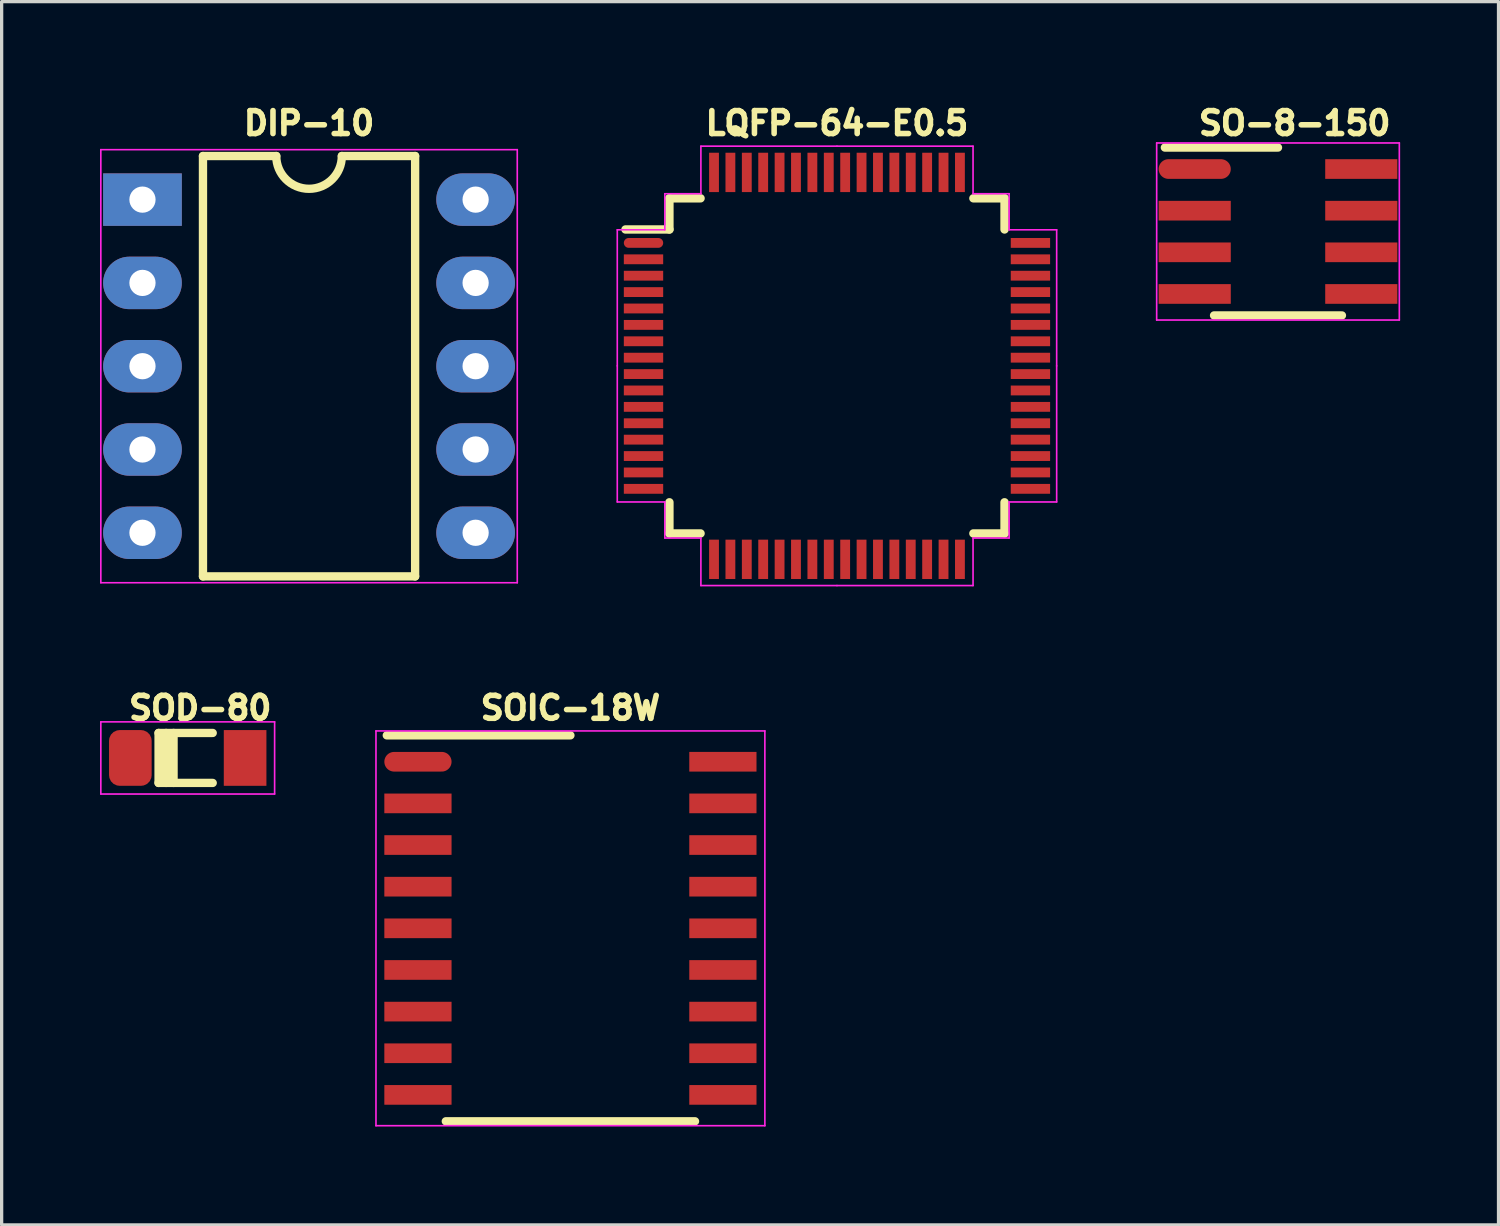
<source format=kicad_pcb>
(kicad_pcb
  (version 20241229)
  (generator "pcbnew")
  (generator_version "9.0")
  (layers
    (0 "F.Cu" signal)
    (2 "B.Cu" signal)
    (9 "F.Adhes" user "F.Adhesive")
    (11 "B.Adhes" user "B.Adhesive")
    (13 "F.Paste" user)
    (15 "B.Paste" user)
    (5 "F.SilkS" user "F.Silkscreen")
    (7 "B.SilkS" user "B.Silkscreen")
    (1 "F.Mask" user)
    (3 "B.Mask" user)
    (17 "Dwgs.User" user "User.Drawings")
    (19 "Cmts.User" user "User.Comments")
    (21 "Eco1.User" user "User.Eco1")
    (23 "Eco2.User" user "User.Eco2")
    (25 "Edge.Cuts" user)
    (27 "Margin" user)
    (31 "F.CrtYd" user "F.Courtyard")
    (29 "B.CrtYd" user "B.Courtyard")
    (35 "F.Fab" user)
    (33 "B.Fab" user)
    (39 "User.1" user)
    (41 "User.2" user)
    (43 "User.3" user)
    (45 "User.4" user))
  (footprint "SOIC-18W"
    (layer "F.Cu")
    (at 14.346 25.261)
    (property "Reference" "SOIC-18W" (at 0 -6.72 0) (layer "F.SilkS") (effects (font (size 0.7 0.7) (thickness 0.17))))
    (attr smd)
    (fp_line (start 0 -5.885) (end -5.6 -5.885) (stroke (width 0.254) (type solid)) (layer "F.SilkS"))
    (fp_line (start 3.8 5.885) (end -3.8 5.885) (stroke (width 0.254) (type solid)) (layer "F.SilkS"))
    (fp_line (start 0 -0.3) (end 0 0.3) (stroke (width 0.128) (type solid)) (layer "Eco1.User"))
    (fp_line (start 0.3 0) (end -0.3 0) (stroke (width 0.128) (type solid)) (layer "Eco1.User"))
    (fp_line (start -5.93 -6.02) (end -5.93 6.02) (stroke (width 0.05) (type solid)) (layer "F.CrtYd"))
    (fp_line (start -5.93 6.02) (end 5.93 6.02) (stroke (width 0.05) (type solid)) (layer "F.CrtYd"))
    (fp_line (start 5.93 -6.02) (end -5.93 -6.02) (stroke (width 0.05) (type solid)) (layer "F.CrtYd"))
    (fp_line (start 5.93 6.02) (end 5.93 -6.02) (stroke (width 0.05) (type solid)) (layer "F.CrtYd"))
    (pad "1" smd oval (at -4.65 -5.08) (size 2.05 0.6) (layers "F.Cu" "F.Mask" "F.Paste"))
    (pad "2" smd rect (at -4.65 -3.81) (size 2.05 0.6) (layers "F.Cu" "F.Mask" "F.Paste"))
    (pad "3" smd rect (at -4.65 -2.54) (size 2.05 0.6) (layers "F.Cu" "F.Mask" "F.Paste"))
    (pad "4" smd rect (at -4.65 -1.27) (size 2.05 0.6) (layers "F.Cu" "F.Mask" "F.Paste"))
    (pad "5" smd rect (at -4.65 0) (size 2.05 0.6) (layers "F.Cu" "F.Mask" "F.Paste"))
    (pad "6" smd rect (at -4.65 1.27) (size 2.05 0.6) (layers "F.Cu" "F.Mask" "F.Paste"))
    (pad "7" smd rect (at -4.65 2.54) (size 2.05 0.6) (layers "F.Cu" "F.Mask" "F.Paste"))
    (pad "8" smd rect (at -4.65 3.81) (size 2.05 0.6) (layers "F.Cu" "F.Mask" "F.Paste"))
    (pad "9" smd rect (at -4.65 5.08) (size 2.05 0.6) (layers "F.Cu" "F.Mask" "F.Paste"))
    (pad "10" smd rect (at 4.65 5.08) (size 2.05 0.6) (layers "F.Cu" "F.Mask" "F.Paste"))
    (pad "11" smd rect (at 4.65 3.81) (size 2.05 0.6) (layers "F.Cu" "F.Mask" "F.Paste"))
    (pad "12" smd rect (at 4.65 2.54) (size 2.05 0.6) (layers "F.Cu" "F.Mask" "F.Paste"))
    (pad "13" smd rect (at 4.65 1.27) (size 2.05 0.6) (layers "F.Cu" "F.Mask" "F.Paste"))
    (pad "14" smd rect (at 4.65 0) (size 2.05 0.6) (layers "F.Cu" "F.Mask" "F.Paste"))
    (pad "15" smd rect (at 4.65 -1.27) (size 2.05 0.6) (layers "F.Cu" "F.Mask" "F.Paste"))
    (pad "16" smd rect (at 4.65 -2.54) (size 2.05 0.6) (layers "F.Cu" "F.Mask" "F.Paste"))
    (pad "17" smd rect (at 4.65 -3.81) (size 2.05 0.6) (layers "F.Cu" "F.Mask" "F.Paste"))
    (pad "18" smd rect (at 4.65 -5.08) (size 2.05 0.6) (layers "F.Cu" "F.Mask" "F.Paste")))
  (footprint "SOD-80"
    (layer "F.Cu")
    (at 2.675 20.065)
    (property "Reference" "SOD-80" (at 0.381 -1.524 0) (layer "F.SilkS") (effects (font (size 0.7 0.7) (thickness 0.17))))
    (attr smd)
    (fp_line (start -0.889 -0.762) (end -0.889 0.762) (stroke (width 0.254) (type solid)) (layer "F.SilkS"))
    (fp_line (start -0.66 -0.762) (end -0.66 0.762) (stroke (width 0.254) (type solid)) (layer "F.SilkS"))
    (fp_line (start -0.432 -0.762) (end -0.432 0.762) (stroke (width 0.254) (type solid)) (layer "F.SilkS"))
    (fp_line (start 0.762 -0.762) (end -0.889 -0.762) (stroke (width 0.254) (type solid)) (layer "F.SilkS"))
    (fp_line (start 0.762 0.762) (end -0.889 0.762) (stroke (width 0.254) (type solid)) (layer "F.SilkS"))
    (fp_line (start 0 -0.3) (end 0 0.3) (stroke (width 0.128) (type solid)) (layer "Eco1.User"))
    (fp_line (start 0.3 0) (end -0.3 0) (stroke (width 0.128) (type solid)) (layer "Eco1.User"))
    (fp_line (start -2.65 -1.1) (end 2.65 -1.1) (stroke (width 0.05) (type solid)) (layer "F.CrtYd"))
    (fp_line (start -2.65 1.1) (end -2.65 -1.1) (stroke (width 0.05) (type solid)) (layer "F.CrtYd"))
    (fp_line (start 2.65 -1.1) (end 2.65 1.1) (stroke (width 0.05) (type solid)) (layer "F.CrtYd"))
    (fp_line (start 2.65 1.1) (end -2.65 1.1) (stroke (width 0.05) (type solid)) (layer "F.CrtYd"))
    (pad "1" smd roundrect (at -1.75 0) (size 1.3 1.7) (layers "F.Cu" "F.Mask" "F.Paste") (roundrect_rratio 0.25))
    (pad "2" smd rect (at 1.75 0) (size 1.3 1.7) (layers "F.Cu" "F.Mask" "F.Paste")))
  (footprint "LQFP-64-E0.5"
    (layer "F.Cu")
    (at 22.475 8.108)
    (property "Reference" "LQFP-64-E0.5" (at 0 -7.4 0) (layer "F.SilkS") (effects (font (size 0.7 0.7) (thickness 0.17))))
    (attr smd)
    (fp_line (start -5.11 -5.11) (end -5.11 -4.16) (stroke (width 0.256) (type solid)) (layer "F.SilkS"))
    (fp_line (start -5.11 -4.16) (end -6.45 -4.16) (stroke (width 0.256) (type solid)) (layer "F.SilkS"))
    (fp_line (start -5.11 5.11) (end -5.11 4.16) (stroke (width 0.256) (type solid)) (layer "F.SilkS"))
    (fp_line (start -4.16 -5.11) (end -5.11 -5.11) (stroke (width 0.256) (type solid)) (layer "F.SilkS"))
    (fp_line (start -4.16 5.11) (end -5.11 5.11) (stroke (width 0.256) (type solid)) (layer "F.SilkS"))
    (fp_line (start 4.16 -5.11) (end 5.11 -5.11) (stroke (width 0.256) (type solid)) (layer "F.SilkS"))
    (fp_line (start 4.16 5.11) (end 5.11 5.11) (stroke (width 0.256) (type solid)) (layer "F.SilkS"))
    (fp_line (start 5.11 -5.11) (end 5.11 -4.16) (stroke (width 0.256) (type solid)) (layer "F.SilkS"))
    (fp_line (start 5.11 5.11) (end 5.11 4.16) (stroke (width 0.256) (type solid)) (layer "F.SilkS"))
    (fp_line (start 0 -0.3) (end 0 0.3) (stroke (width 0.128) (type solid)) (layer "Eco1.User"))
    (fp_line (start 0.3 0) (end -0.3 0) (stroke (width 0.128) (type solid)) (layer "Eco1.User"))
    (fp_line (start -6.7 -4.15) (end -6.7 0) (stroke (width 0.05) (type solid)) (layer "F.CrtYd"))
    (fp_line (start -6.7 4.15) (end -6.7 0) (stroke (width 0.05) (type solid)) (layer "F.CrtYd"))
    (fp_line (start -5.25 -5.25) (end -5.25 -4.15) (stroke (width 0.05) (type solid)) (layer "F.CrtYd"))
    (fp_line (start -5.25 -4.15) (end -6.7 -4.15) (stroke (width 0.05) (type solid)) (layer "F.CrtYd"))
    (fp_line (start -5.25 4.15) (end -6.7 4.15) (stroke (width 0.05) (type solid)) (layer "F.CrtYd"))
    (fp_line (start -5.25 5.25) (end -5.25 4.15) (stroke (width 0.05) (type solid)) (layer "F.CrtYd"))
    (fp_line (start -4.15 -6.7) (end -4.15 -5.25) (stroke (width 0.05) (type solid)) (layer "F.CrtYd"))
    (fp_line (start -4.15 -5.25) (end -5.25 -5.25) (stroke (width 0.05) (type solid)) (layer "F.CrtYd"))
    (fp_line (start -4.15 5.25) (end -5.25 5.25) (stroke (width 0.05) (type solid)) (layer "F.CrtYd"))
    (fp_line (start -4.15 6.7) (end -4.15 5.25) (stroke (width 0.05) (type solid)) (layer "F.CrtYd"))
    (fp_line (start 0 -6.7) (end -4.15 -6.7) (stroke (width 0.05) (type solid)) (layer "F.CrtYd"))
    (fp_line (start 0 -6.7) (end 4.15 -6.7) (stroke (width 0.05) (type solid)) (layer "F.CrtYd"))
    (fp_line (start 0 6.7) (end -4.15 6.7) (stroke (width 0.05) (type solid)) (layer "F.CrtYd"))
    (fp_line (start 0 6.7) (end 4.15 6.7) (stroke (width 0.05) (type solid)) (layer "F.CrtYd"))
    (fp_line (start 4.15 -6.7) (end 4.15 -5.25) (stroke (width 0.05) (type solid)) (layer "F.CrtYd"))
    (fp_line (start 4.15 -5.25) (end 5.25 -5.25) (stroke (width 0.05) (type solid)) (layer "F.CrtYd"))
    (fp_line (start 4.15 5.25) (end 5.25 5.25) (stroke (width 0.05) (type solid)) (layer "F.CrtYd"))
    (fp_line (start 4.15 6.7) (end 4.15 5.25) (stroke (width 0.05) (type solid)) (layer "F.CrtYd"))
    (fp_line (start 5.25 -5.25) (end 5.25 -4.15) (stroke (width 0.05) (type solid)) (layer "F.CrtYd"))
    (fp_line (start 5.25 -4.15) (end 6.7 -4.15) (stroke (width 0.05) (type solid)) (layer "F.CrtYd"))
    (fp_line (start 5.25 4.15) (end 6.7 4.15) (stroke (width 0.05) (type solid)) (layer "F.CrtYd"))
    (fp_line (start 5.25 5.25) (end 5.25 4.15) (stroke (width 0.05) (type solid)) (layer "F.CrtYd"))
    (fp_line (start 6.7 -4.15) (end 6.7 0) (stroke (width 0.05) (type solid)) (layer "F.CrtYd"))
    (fp_line (start 6.7 4.15) (end 6.7 0) (stroke (width 0.05) (type solid)) (layer "F.CrtYd"))
    (pad "1" smd oval (at -5.9 -3.75) (size 1.2 0.3) (layers "F.Cu" "F.Mask" "F.Paste"))
    (pad "2" smd rect (at -5.9 -3.25) (size 1.2 0.3) (layers "F.Cu" "F.Mask" "F.Paste"))
    (pad "3" smd rect (at -5.9 -2.75) (size 1.2 0.3) (layers "F.Cu" "F.Mask" "F.Paste"))
    (pad "4" smd rect (at -5.9 -2.25) (size 1.2 0.3) (layers "F.Cu" "F.Mask" "F.Paste"))
    (pad "5" smd rect (at -5.9 -1.75) (size 1.2 0.3) (layers "F.Cu" "F.Mask" "F.Paste"))
    (pad "6" smd rect (at -5.9 -1.25) (size 1.2 0.3) (layers "F.Cu" "F.Mask" "F.Paste"))
    (pad "7" smd rect (at -5.9 -0.75) (size 1.2 0.3) (layers "F.Cu" "F.Mask" "F.Paste"))
    (pad "8" smd rect (at -5.9 -0.25) (size 1.2 0.3) (layers "F.Cu" "F.Mask" "F.Paste"))
    (pad "9" smd rect (at -5.9 0.25) (size 1.2 0.3) (layers "F.Cu" "F.Mask" "F.Paste"))
    (pad "10" smd rect (at -5.9 0.75) (size 1.2 0.3) (layers "F.Cu" "F.Mask" "F.Paste"))
    (pad "11" smd rect (at -5.9 1.25) (size 1.2 0.3) (layers "F.Cu" "F.Mask" "F.Paste"))
    (pad "12" smd rect (at -5.9 1.75) (size 1.2 0.3) (layers "F.Cu" "F.Mask" "F.Paste"))
    (pad "13" smd rect (at -5.9 2.25) (size 1.2 0.3) (layers "F.Cu" "F.Mask" "F.Paste"))
    (pad "14" smd rect (at -5.9 2.75) (size 1.2 0.3) (layers "F.Cu" "F.Mask" "F.Paste"))
    (pad "15" smd rect (at -5.9 3.25) (size 1.2 0.3) (layers "F.Cu" "F.Mask" "F.Paste"))
    (pad "16" smd rect (at -5.9 3.75) (size 1.2 0.3) (layers "F.Cu" "F.Mask" "F.Paste"))
    (pad "17" smd rect (at -3.75 5.9) (size 0.3 1.2) (layers "F.Cu" "F.Mask" "F.Paste"))
    (pad "18" smd rect (at -3.25 5.9) (size 0.3 1.2) (layers "F.Cu" "F.Mask" "F.Paste"))
    (pad "19" smd rect (at -2.75 5.9) (size 0.3 1.2) (layers "F.Cu" "F.Mask" "F.Paste"))
    (pad "20" smd rect (at -2.25 5.9) (size 0.3 1.2) (layers "F.Cu" "F.Mask" "F.Paste"))
    (pad "21" smd rect (at -1.75 5.9) (size 0.3 1.2) (layers "F.Cu" "F.Mask" "F.Paste"))
    (pad "22" smd rect (at -1.25 5.9) (size 0.3 1.2) (layers "F.Cu" "F.Mask" "F.Paste"))
    (pad "23" smd rect (at -0.75 5.9) (size 0.3 1.2) (layers "F.Cu" "F.Mask" "F.Paste"))
    (pad "24" smd rect (at -0.25 5.9) (size 0.3 1.2) (layers "F.Cu" "F.Mask" "F.Paste"))
    (pad "25" smd rect (at 0.25 5.9) (size 0.3 1.2) (layers "F.Cu" "F.Mask" "F.Paste"))
    (pad "26" smd rect (at 0.75 5.9) (size 0.3 1.2) (layers "F.Cu" "F.Mask" "F.Paste"))
    (pad "27" smd rect (at 1.25 5.9) (size 0.3 1.2) (layers "F.Cu" "F.Mask" "F.Paste"))
    (pad "28" smd rect (at 1.75 5.9) (size 0.3 1.2) (layers "F.Cu" "F.Mask" "F.Paste"))
    (pad "29" smd rect (at 2.25 5.9) (size 0.3 1.2) (layers "F.Cu" "F.Mask" "F.Paste"))
    (pad "30" smd rect (at 2.75 5.9) (size 0.3 1.2) (layers "F.Cu" "F.Mask" "F.Paste"))
    (pad "31" smd rect (at 3.25 5.9) (size 0.3 1.2) (layers "F.Cu" "F.Mask" "F.Paste"))
    (pad "32" smd rect (at 3.75 5.9) (size 0.3 1.2) (layers "F.Cu" "F.Mask" "F.Paste"))
    (pad "33" smd rect (at 5.9 3.75) (size 1.2 0.3) (layers "F.Cu" "F.Mask" "F.Paste"))
    (pad "34" smd rect (at 5.9 3.25) (size 1.2 0.3) (layers "F.Cu" "F.Mask" "F.Paste"))
    (pad "35" smd rect (at 5.9 2.75) (size 1.2 0.3) (layers "F.Cu" "F.Mask" "F.Paste"))
    (pad "36" smd rect (at 5.9 2.25) (size 1.2 0.3) (layers "F.Cu" "F.Mask" "F.Paste"))
    (pad "37" smd rect (at 5.9 1.75) (size 1.2 0.3) (layers "F.Cu" "F.Mask" "F.Paste"))
    (pad "38" smd rect (at 5.9 1.25) (size 1.2 0.3) (layers "F.Cu" "F.Mask" "F.Paste"))
    (pad "39" smd rect (at 5.9 0.75) (size 1.2 0.3) (layers "F.Cu" "F.Mask" "F.Paste"))
    (pad "40" smd rect (at 5.9 0.25) (size 1.2 0.3) (layers "F.Cu" "F.Mask" "F.Paste"))
    (pad "41" smd rect (at 5.9 -0.25) (size 1.2 0.3) (layers "F.Cu" "F.Mask" "F.Paste"))
    (pad "42" smd rect (at 5.9 -0.75) (size 1.2 0.3) (layers "F.Cu" "F.Mask" "F.Paste"))
    (pad "43" smd rect (at 5.9 -1.25) (size 1.2 0.3) (layers "F.Cu" "F.Mask" "F.Paste"))
    (pad "44" smd rect (at 5.9 -1.75) (size 1.2 0.3) (layers "F.Cu" "F.Mask" "F.Paste"))
    (pad "45" smd rect (at 5.9 -2.25) (size 1.2 0.3) (layers "F.Cu" "F.Mask" "F.Paste"))
    (pad "46" smd rect (at 5.9 -2.75) (size 1.2 0.3) (layers "F.Cu" "F.Mask" "F.Paste"))
    (pad "47" smd rect (at 5.9 -3.25) (size 1.2 0.3) (layers "F.Cu" "F.Mask" "F.Paste"))
    (pad "48" smd rect (at 5.9 -3.75) (size 1.2 0.3) (layers "F.Cu" "F.Mask" "F.Paste"))
    (pad "49" smd rect (at 3.75 -5.9) (size 0.3 1.2) (layers "F.Cu" "F.Mask" "F.Paste"))
    (pad "50" smd rect (at 3.25 -5.9) (size 0.3 1.2) (layers "F.Cu" "F.Mask" "F.Paste"))
    (pad "51" smd rect (at 2.75 -5.9) (size 0.3 1.2) (layers "F.Cu" "F.Mask" "F.Paste"))
    (pad "52" smd rect (at 2.25 -5.9) (size 0.3 1.2) (layers "F.Cu" "F.Mask" "F.Paste"))
    (pad "53" smd rect (at 1.75 -5.9) (size 0.3 1.2) (layers "F.Cu" "F.Mask" "F.Paste"))
    (pad "54" smd rect (at 1.25 -5.9) (size 0.3 1.2) (layers "F.Cu" "F.Mask" "F.Paste"))
    (pad "55" smd rect (at 0.75 -5.9) (size 0.3 1.2) (layers "F.Cu" "F.Mask" "F.Paste"))
    (pad "56" smd rect (at 0.25 -5.9) (size 0.3 1.2) (layers "F.Cu" "F.Mask" "F.Paste"))
    (pad "57" smd rect (at -0.25 -5.9) (size 0.3 1.2) (layers "F.Cu" "F.Mask" "F.Paste"))
    (pad "58" smd rect (at -0.75 -5.9) (size 0.3 1.2) (layers "F.Cu" "F.Mask" "F.Paste"))
    (pad "59" smd rect (at -1.25 -5.9) (size 0.3 1.2) (layers "F.Cu" "F.Mask" "F.Paste"))
    (pad "60" smd rect (at -1.75 -5.9) (size 0.3 1.2) (layers "F.Cu" "F.Mask" "F.Paste"))
    (pad "61" smd rect (at -2.25 -5.9) (size 0.3 1.2) (layers "F.Cu" "F.Mask" "F.Paste"))
    (pad "62" smd rect (at -2.75 -5.9) (size 0.3 1.2) (layers "F.Cu" "F.Mask" "F.Paste"))
    (pad "63" smd rect (at -3.25 -5.9) (size 0.3 1.2) (layers "F.Cu" "F.Mask" "F.Paste"))
    (pad "64" smd rect (at -3.75 -5.9) (size 0.3 1.2) (layers "F.Cu" "F.Mask" "F.Paste")))
  (footprint "DIP-10"
    (layer "F.Cu")
    (at 1.295 3.038)
    (property "Reference" "DIP-10" (at 5.08 -2.33 0) (layer "F.SilkS") (effects (font (size 0.7 0.7) (thickness 0.17))))
    (attr through_hole)
    (fp_line (start 1.845 -1.33) (end 1.845 11.49) (stroke (width 0.254) (type solid)) (layer "F.SilkS"))
    (fp_line (start 1.845 11.49) (end 8.315 11.49) (stroke (width 0.254) (type solid)) (layer "F.SilkS"))
    (fp_line (start 4.08 -1.33) (end 1.845 -1.33) (stroke (width 0.254) (type solid)) (layer "F.SilkS"))
    (fp_line (start 8.315 -1.33) (end 6.08 -1.33) (stroke (width 0.254) (type solid)) (layer "F.SilkS"))
    (fp_line (start 8.315 11.49) (end 8.315 -1.33) (stroke (width 0.254) (type solid)) (layer "F.SilkS"))
    (fp_arc (start 6.08 -1.33) (mid 5.08 -0.33) (end 4.08 -1.33) (stroke (width 0.254) (type solid)) (layer "F.SilkS"))
    (fp_line (start -1.27 -1.524) (end -1.27 11.684) (stroke (width 0.05) (type solid)) (layer "F.CrtYd"))
    (fp_line (start -1.27 -1.524) (end 11.43 -1.524) (stroke (width 0.05) (type solid)) (layer "F.CrtYd"))
    (fp_line (start -1.27 11.684) (end 11.43 11.684) (stroke (width 0.05) (type solid)) (layer "F.CrtYd"))
    (fp_line (start 11.43 -1.524) (end 11.43 11.684) (stroke (width 0.05) (type solid)) (layer "F.CrtYd"))
    (pad "1" thru_hole rect (at 0 0) (size 2.4 1.6) (drill 0.8) (layers "*.Cu" "*.Mask"))
    (pad "2" thru_hole oval (at 0 2.54) (size 2.4 1.6) (drill 0.8) (layers "*.Cu" "*.Mask"))
    (pad "3" thru_hole oval (at 0 5.08) (size 2.4 1.6) (drill 0.8) (layers "*.Cu" "*.Mask"))
    (pad "4" thru_hole oval (at 0 7.62) (size 2.4 1.6) (drill 0.8) (layers "*.Cu" "*.Mask"))
    (pad "5" thru_hole oval (at 0 10.16) (size 2.4 1.6) (drill 0.8) (layers "*.Cu" "*.Mask"))
    (pad "6" thru_hole oval (at 10.16 10.16) (size 2.4 1.6) (drill 0.8) (layers "*.Cu" "*.Mask"))
    (pad "7" thru_hole oval (at 10.16 7.62) (size 2.4 1.6) (drill 0.8) (layers "*.Cu" "*.Mask"))
    (pad "8" thru_hole oval (at 10.16 5.08) (size 2.4 1.6) (drill 0.8) (layers "*.Cu" "*.Mask"))
    (pad "9" thru_hole oval (at 10.16 2.54) (size 2.4 1.6) (drill 0.8) (layers "*.Cu" "*.Mask"))
    (pad "10" thru_hole oval (at 10.16 0) (size 2.4 1.6) (drill 0.8) (layers "*.Cu" "*.Mask")))
  (footprint "SO-8-150"
    (layer "F.Cu")
    (at 35.925 4.01)
    (property "Reference" "SO-8-150" (at 0.508 -3.302 0) (layer "F.SilkS") (effects (font (size 0.7 0.7) (thickness 0.17))))
    (attr smd)
    (fp_line (start -1.95 2.56) (end 1.95 2.56) (stroke (width 0.254) (type solid)) (layer "F.SilkS"))
    (fp_line (start 0 -2.56) (end -3.45 -2.56) (stroke (width 0.254) (type solid)) (layer "F.SilkS"))
    (fp_line (start 0 -0.3) (end 0 0.3) (stroke (width 0.128) (type solid)) (layer "Eco1.User"))
    (fp_line (start 0.3 0) (end -0.3 0) (stroke (width 0.128) (type solid)) (layer "Eco1.User"))
    (fp_line (start -3.7 -2.7) (end -3.7 2.7) (stroke (width 0.05) (type solid)) (layer "F.CrtYd"))
    (fp_line (start -3.7 2.7) (end 3.7 2.7) (stroke (width 0.05) (type solid)) (layer "F.CrtYd"))
    (fp_line (start 3.7 -2.7) (end -3.7 -2.7) (stroke (width 0.05) (type solid)) (layer "F.CrtYd"))
    (fp_line (start 3.7 2.7) (end 3.7 -2.7) (stroke (width 0.05) (type solid)) (layer "F.CrtYd"))
    (pad "1" smd oval (at -2.54 -1.905) (size 2.2 0.6) (layers "F.Cu" "F.Mask" "F.Paste"))
    (pad "2" smd rect (at -2.54 -0.635) (size 2.2 0.6) (layers "F.Cu" "F.Mask" "F.Paste"))
    (pad "3" smd rect (at -2.54 0.635) (size 2.2 0.6) (layers "F.Cu" "F.Mask" "F.Paste"))
    (pad "4" smd rect (at -2.54 1.905) (size 2.2 0.6) (layers "F.Cu" "F.Mask" "F.Paste"))
    (pad "5" smd rect (at 2.54 1.905) (size 2.2 0.6) (layers "F.Cu" "F.Mask" "F.Paste"))
    (pad "6" smd rect (at 2.54 0.635) (size 2.2 0.6) (layers "F.Cu" "F.Mask" "F.Paste"))
    (pad "7" smd rect (at 2.54 -0.635) (size 2.2 0.6) (layers "F.Cu" "F.Mask" "F.Paste"))
    (pad "8" smd rect (at 2.54 -1.905) (size 2.2 0.6) (layers "F.Cu" "F.Mask" "F.Paste")))
  (gr_rect
    (start -3 -3)
    (end 42.65 34.306)
    (stroke (width 0.1) (type default))
    (fill no)
    (layer "Edge.Cuts")))
</source>
